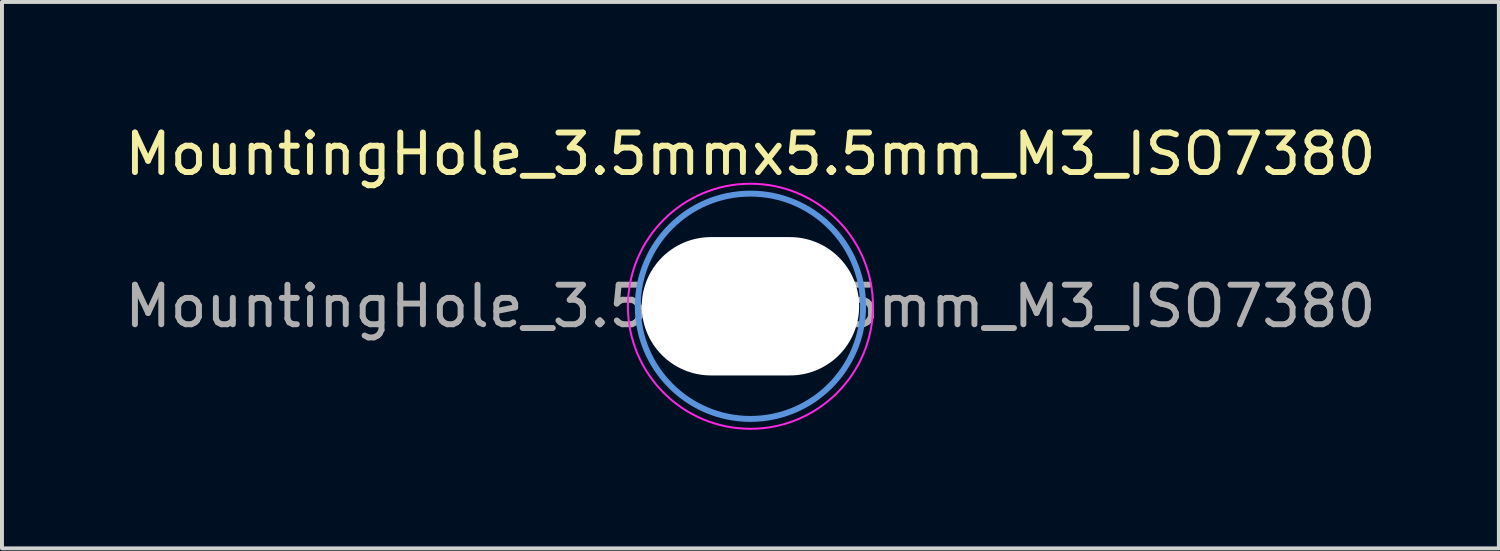
<source format=kicad_pcb>
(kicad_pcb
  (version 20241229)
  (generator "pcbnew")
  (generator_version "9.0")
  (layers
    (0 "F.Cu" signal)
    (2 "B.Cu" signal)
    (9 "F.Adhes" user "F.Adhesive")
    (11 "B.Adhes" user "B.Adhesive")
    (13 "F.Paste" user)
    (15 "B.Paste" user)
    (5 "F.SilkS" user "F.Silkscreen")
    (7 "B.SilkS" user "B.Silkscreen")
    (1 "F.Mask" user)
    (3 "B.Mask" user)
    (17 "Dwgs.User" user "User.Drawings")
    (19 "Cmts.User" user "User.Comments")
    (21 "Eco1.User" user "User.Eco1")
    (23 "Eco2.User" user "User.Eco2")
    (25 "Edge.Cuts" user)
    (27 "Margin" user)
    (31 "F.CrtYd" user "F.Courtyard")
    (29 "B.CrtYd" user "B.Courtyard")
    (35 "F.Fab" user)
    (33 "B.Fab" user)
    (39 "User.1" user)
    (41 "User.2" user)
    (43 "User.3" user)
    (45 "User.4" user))
  (footprint "MountingHole_3.5mmx5.5mm_M3_ISO7380"
    (layer "F.Cu")
    (at 15.935 4.698)
    (property "Reference" "MountingHole_3.5mmx5.5mm_M3_ISO7380" (at 0 -3.85 0) (layer "F.SilkS") (effects (font (size 1 1) (thickness 0.15))))
    (attr exclude_from_pos_files)
    (fp_circle (center 0 0) (end 2.85 0) (stroke (width 0.15) (type solid)) (fill no) (layer "Cmts.User"))
    (fp_circle (center 0 0) (end 3.1 0) (stroke (width 0.05) (type solid)) (fill no) (layer "F.CrtYd"))
    (fp_text user "${REFERENCE}" (at 0 0 0) (layer "F.Fab") (effects (font (size 1 1) (thickness 0.15))))
    (pad "" np_thru_hole oval (at 0 0) (size 5.5 3.5) (drill oval 5.5 3.5) (layers "*.Cu" "*.Mask")))
  (gr_rect
    (start -3 -3)
    (end 34.869 10.823)
    (stroke (width 0.1) (type default))
    (fill no)
    (layer "Edge.Cuts")))
</source>
